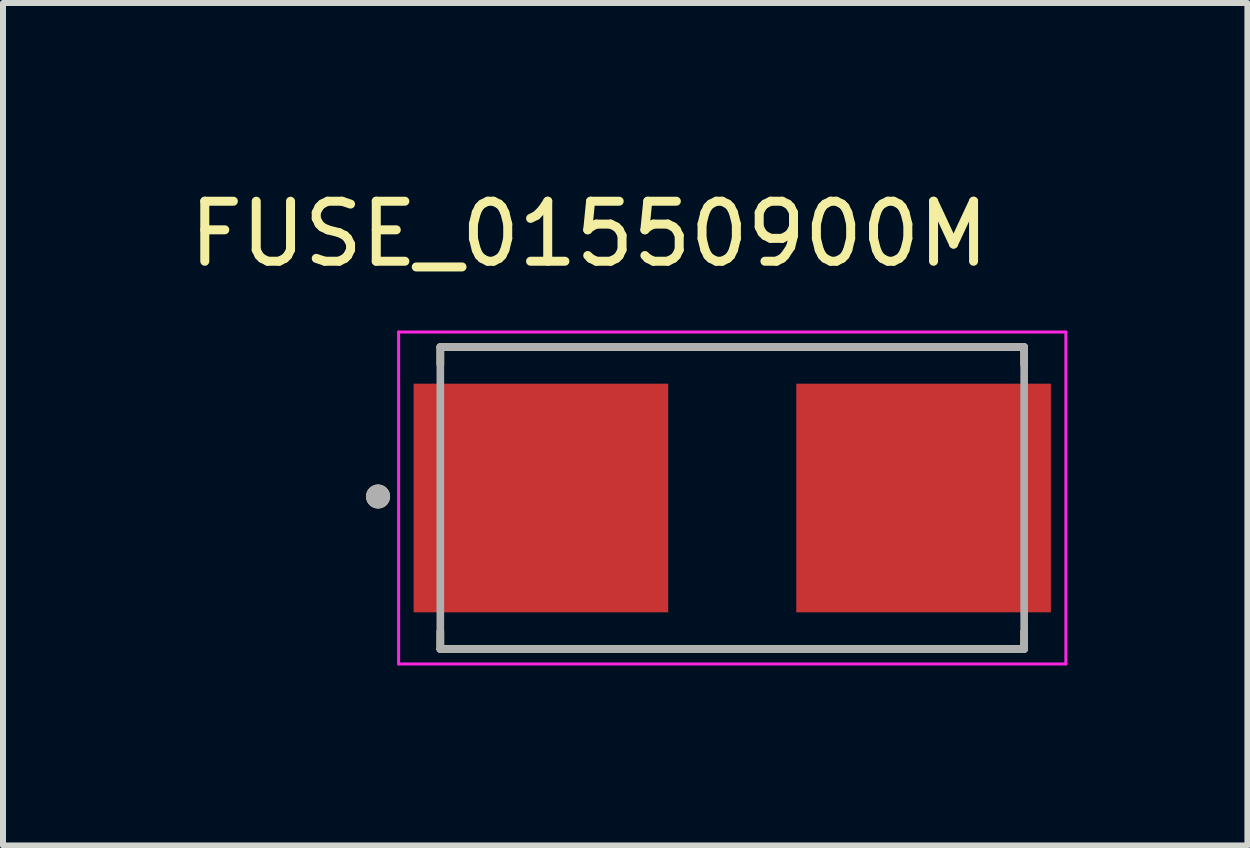
<source format=kicad_pcb>
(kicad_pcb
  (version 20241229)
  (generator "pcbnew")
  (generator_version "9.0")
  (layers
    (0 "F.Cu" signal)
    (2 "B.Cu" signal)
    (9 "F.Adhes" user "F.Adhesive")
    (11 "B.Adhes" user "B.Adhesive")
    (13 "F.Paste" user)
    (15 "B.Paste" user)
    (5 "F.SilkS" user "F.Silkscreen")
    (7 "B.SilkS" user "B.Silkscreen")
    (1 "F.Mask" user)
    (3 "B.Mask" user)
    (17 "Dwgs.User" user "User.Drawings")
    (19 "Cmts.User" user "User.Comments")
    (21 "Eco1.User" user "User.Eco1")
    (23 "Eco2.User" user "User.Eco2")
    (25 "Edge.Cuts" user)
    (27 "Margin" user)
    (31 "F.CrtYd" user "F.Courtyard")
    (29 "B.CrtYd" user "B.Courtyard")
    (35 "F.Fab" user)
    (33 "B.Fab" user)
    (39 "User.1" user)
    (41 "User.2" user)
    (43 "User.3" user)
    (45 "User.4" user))
  (footprint "FUSE_01550900M"
    (layer "F.Cu")
    (at 9.151 5.248)
    (property "Reference" "FUSE_01550900M" (at -2.384 -4.4 0) (layer "F.SilkS") (effects (font (size 1 1) (thickness 0.15))))
    (attr smd)
    (fp_line (start -4.864 -2.515) (end 4.864 -2.515) (stroke (width 0.127) (type solid)) (layer "F.SilkS"))
    (fp_line (start -4.864 -2.225) (end -4.864 -2.515) (stroke (width 0.127) (type solid)) (layer "F.SilkS"))
    (fp_line (start -4.864 2.515) (end -4.864 2.225) (stroke (width 0.127) (type solid)) (layer "F.SilkS"))
    (fp_line (start 4.864 -2.515) (end 4.864 -2.225) (stroke (width 0.127) (type solid)) (layer "F.SilkS"))
    (fp_line (start 4.864 2.515) (end -4.864 2.515) (stroke (width 0.127) (type solid)) (layer "F.SilkS"))
    (fp_line (start 4.864 2.515) (end 4.864 2.225) (stroke (width 0.127) (type solid)) (layer "F.SilkS"))
    (fp_circle (center -5.902 -0.025) (end -5.802 -0.025) (stroke (width 0.2) (type solid)) (fill no) (layer "F.SilkS"))
    (fp_line (start -5.559 -2.765) (end -5.559 2.765) (stroke (width 0.05) (type solid)) (layer "F.CrtYd"))
    (fp_line (start -5.559 2.765) (end 5.559 2.765) (stroke (width 0.05) (type solid)) (layer "F.CrtYd"))
    (fp_line (start 5.559 -2.765) (end -5.559 -2.765) (stroke (width 0.05) (type solid)) (layer "F.CrtYd"))
    (fp_line (start 5.559 2.765) (end 5.559 -2.765) (stroke (width 0.05) (type solid)) (layer "F.CrtYd"))
    (fp_line (start -4.864 -2.515) (end 4.864 -2.515) (stroke (width 0.127) (type solid)) (layer "F.Fab"))
    (fp_line (start -4.864 2.515) (end -4.864 -2.515) (stroke (width 0.127) (type solid)) (layer "F.Fab"))
    (fp_line (start 4.864 -2.515) (end 4.864 2.515) (stroke (width 0.127) (type solid)) (layer "F.Fab"))
    (fp_line (start 4.864 2.515) (end -4.864 2.515) (stroke (width 0.127) (type solid)) (layer "F.Fab"))
    (fp_circle (center -5.902 -0.025) (end -5.802 -0.025) (stroke (width 0.2) (type solid)) (fill no) (layer "F.Fab"))
    (pad "1" smd rect (at -3.188 0) (size 4.242 3.81) (layers "F.Cu" "F.Mask" "F.Paste"))
    (pad "2" smd rect (at 3.188 0) (size 4.242 3.81) (layers "F.Cu" "F.Mask" "F.Paste")))
  (gr_rect
    (start -3 -3)
    (end 17.735 11.037)
    (stroke (width 0.1) (type default))
    (fill no)
    (layer "Edge.Cuts")))
</source>
